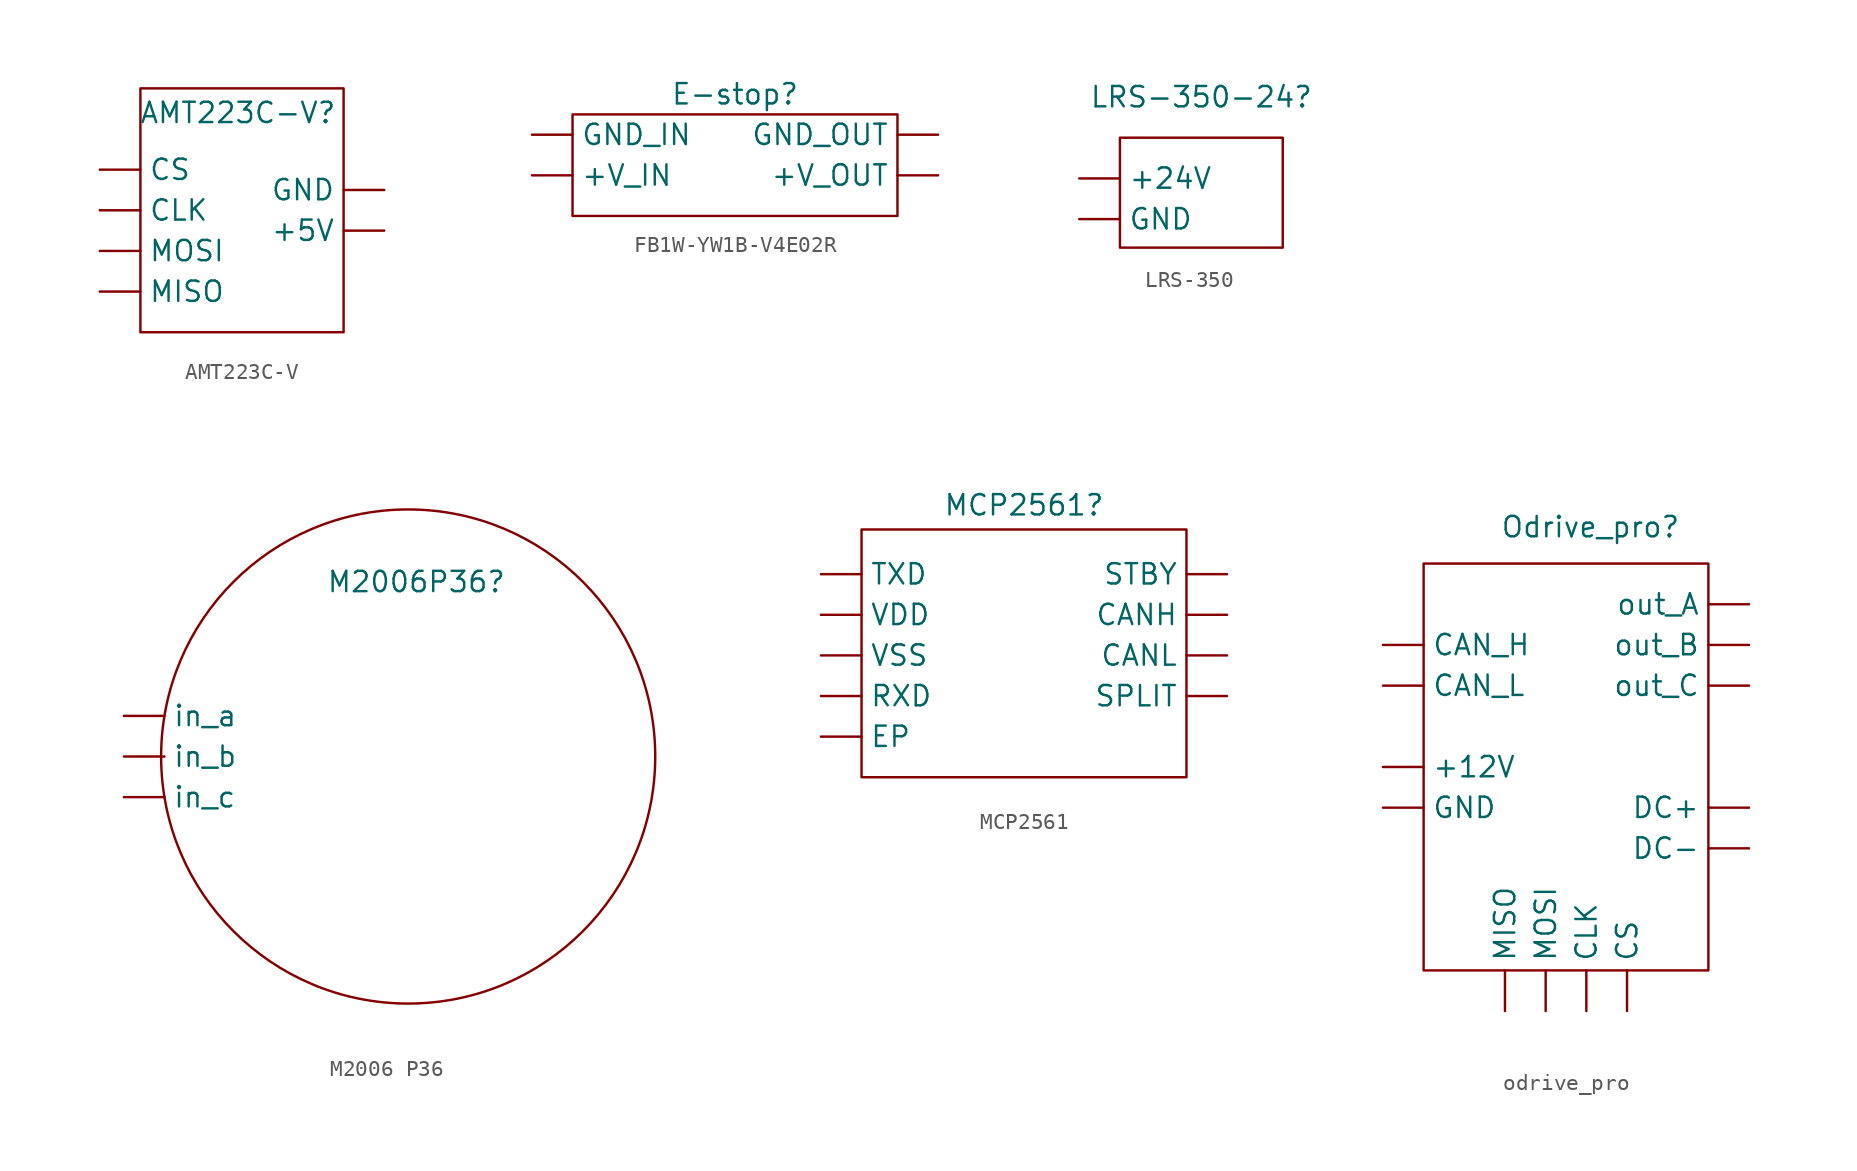
<source format=kicad_sym>
(kicad_symbol_lib
  (version 20241209)
  (generator "kicad_symbol_editor")
  (generator_version "9.0")
  (symbol "AMT223C-V"
    (property "Reference" "AMT223C-V"
      (at -0.254 7.366 0)
      (effects (font (size 1.27 1.27))))
    (property "Value" ""
      (at 0 0 0)
      (effects (font (size 1.27 1.27))))
    (symbol "AMT223C-V_0_1"
      (rectangle (start -6.35 8.89) (end 6.35 -6.35) (stroke (width 0) (type default)) (fill (type none))))
    (symbol "AMT223C-V_1_1"
      (pin output line (at -8.89 3.81 0) (length 2.54) (name "CS" (effects (font (size 1.27 1.27)))) (number "" (effects (font (size 1.27 1.27)))))
      (pin output line (at -8.89 1.27 0) (length 2.54) (name "CLK" (effects (font (size 1.27 1.27)))) (number "" (effects (font (size 1.27 1.27)))))
      (pin output line (at -8.89 -1.27 0) (length 2.54) (name "MOSI" (effects (font (size 1.27 1.27)))) (number "" (effects (font (size 1.27 1.27)))))
      (pin output line (at -8.89 -3.81 0) (length 2.54) (name "MISO" (effects (font (size 1.27 1.27)))) (number "" (effects (font (size 1.27 1.27)))))
      (pin power_in line (at 8.89 2.54 180) (length 2.54) (name "GND" (effects (font (size 1.27 1.27)))) (number "" (effects (font (size 1.27 1.27)))))
      (pin power_in line (at 8.89 0 180) (length 2.54) (name "+5V" (effects (font (size 1.27 1.27)))) (number "" (effects (font (size 1.27 1.27)))))))
  (symbol "FB1W-YW1B-V4E02R"
    (property "Reference" "E-stop"
      (at 0 5.08 0)
      (effects (font (size 1.27 1.27))))
    (property "Value" ""
      (at 0 0 0)
      (effects (font (size 1.27 1.27))))
    (symbol "FB1W-YW1B-V4E02R_0_1"
      (rectangle (start -10.16 3.81) (end 10.16 -2.54) (stroke (width 0) (type default)) (fill (type none))))
    (symbol "FB1W-YW1B-V4E02R_1_1"
      (pin power_in line (at -12.7 2.54 0) (length 2.54) (name "GND_IN" (effects (font (size 1.27 1.27)))) (number "" (effects (font (size 1.27 1.27)))))
      (pin power_in line (at -12.7 0 0) (length 2.54) (name "+V_IN" (effects (font (size 1.27 1.27)))) (number "" (effects (font (size 1.27 1.27)))))
      (pin power_out line (at 12.7 2.54 180) (length 2.54) (name "GND_OUT" (effects (font (size 1.27 1.27)))) (number "" (effects (font (size 1.27 1.27)))))
      (pin power_out line (at 12.7 0 180) (length 2.54) (name "+V_OUT" (effects (font (size 1.27 1.27)))) (number "" (effects (font (size 1.27 1.27)))))))
  (symbol "LRS-350"
    (property "Reference" "LRS-350-24"
      (at 0 5.08 0)
      (effects (font (size 1.27 1.27))))
    (property "Value" ""
      (at 0 0 0)
      (effects (font (size 1.27 1.27))))
    (symbol "LRS-350_0_1"
      (rectangle (start -5.08 2.54) (end 5.08 -4.318) (stroke (width 0) (type default)) (fill (type none))))
    (symbol "LRS-350_1_1"
      (pin power_out line (at -7.62 0 0) (length 2.54) (name "+24V" (effects (font (size 1.27 1.27)))) (number "" (effects (font (size 1.27 1.27)))))
      (pin power_out line (at -7.62 -2.54 0) (length 2.54) (name "GND" (effects (font (size 1.27 1.27)))) (number "" (effects (font (size 1.27 1.27)))))))
  (symbol "M2006 P36"
    (property "Reference" "M2006P36"
      (at 0.508 10.922 0)
      (effects (font (size 1.27 1.27))))
    (property "Value" ""
      (at 0 0 0)
      (effects (font (size 1.27 1.27))))
    (symbol "M2006 P36_0_1"
      (circle (center 0 0) (radius 15.45) (stroke (width 0) (type default)) (fill (type none))))
    (symbol "M2006 P36_1_1"
      (pin input line (at -17.78 2.54 0) (length 2.54) (name "in_a" (effects (font (size 1.27 1.27)))) (number "" (effects (font (size 1.27 1.27)))))
      (pin input line (at -17.78 0 0) (length 2.54) (name "in_b" (effects (font (size 1.27 1.27)))) (number "" (effects (font (size 1.27 1.27)))))
      (pin input line (at -17.78 -2.54 0) (length 2.54) (name "in_c" (effects (font (size 1.27 1.27)))) (number "" (effects (font (size 1.27 1.27)))))))
  (symbol "MCP2561"
    (property "Reference" "MCP2561"
      (at 0 9.398 0)
      (effects (font (size 1.27 1.27))))
    (property "Value" ""
      (at 0 0 0)
      (effects (font (size 1.27 1.27))))
    (symbol "MCP2561_0_1"
      (rectangle (start -10.16 7.874) (end 10.16 -7.62) (stroke (width 0) (type default)) (fill (type none))))
    (symbol "MCP2561_1_1"
      (pin output line (at -12.7 5.08 0) (length 2.54) (name "TXD" (effects (font (size 1.27 1.27)))) (number "" (effects (font (size 1.27 1.27)))))
      (pin power_in line (at -12.7 2.54 0) (length 2.54) (name "VDD" (effects (font (size 1.27 1.27)))) (number "" (effects (font (size 1.27 1.27)))))
      (pin power_in line (at -12.7 0 0) (length 2.54) (name "VSS" (effects (font (size 1.27 1.27)))) (number "" (effects (font (size 1.27 1.27)))))
      (pin output line (at -12.7 -2.54 0) (length 2.54) (name "RXD" (effects (font (size 1.27 1.27)))) (number "" (effects (font (size 1.27 1.27)))))
      (pin power_in line (at -12.7 -5.08 0) (length 2.54) (name "EP" (effects (font (size 1.27 1.27)))) (number "" (effects (font (size 1.27 1.27)))))
      (pin output line (at 12.7 5.08 180) (length 2.54) (name "STBY" (effects (font (size 1.27 1.27)))) (number "" (effects (font (size 1.27 1.27)))))
      (pin output line (at 12.7 2.54 180) (length 2.54) (name "CANH" (effects (font (size 1.27 1.27)))) (number "" (effects (font (size 1.27 1.27)))))
      (pin output line (at 12.7 0 180) (length 2.54) (name "CANL" (effects (font (size 1.27 1.27)))) (number "" (effects (font (size 1.27 1.27)))))
      (pin output line (at 12.7 -2.54 180) (length 2.54) (name "SPLIT" (effects (font (size 1.27 1.27)))) (number "" (effects (font (size 1.27 1.27)))))))
  (symbol "odrive_pro"
    (property "Reference" "Odrive_pro"
      (at 0.254 12.446 0)
      (effects (font (size 1.27 1.27))))
    (property "Value" ""
      (at 0 0 0)
      (effects (font (size 1.27 1.27))))
    (symbol "odrive_pro_0_1"
      (rectangle (start -10.16 10.16) (end 7.62 -15.24) (stroke (width 0) (type default)) (fill (type none))))
    (symbol "odrive_pro_1_1"
      (pin input line (at -12.7 5.08 0) (length 2.54) (name "CAN_H" (effects (font (size 1.27 1.27)))) (number "" (effects (font (size 1.27 1.27)))))
      (pin input line (at -12.7 2.54 0) (length 2.54) (name "CAN_L" (effects (font (size 1.27 1.27)))) (number "" (effects (font (size 1.27 1.27)))))
      (pin power_in line (at -12.7 -2.54 0) (length 2.54) (name "+12V" (effects (font (size 1.27 1.27)))) (number "" (effects (font (size 1.27 1.27)))))
      (pin power_in line (at -12.7 -5.08 0) (length 2.54) (name "GND" (effects (font (size 1.27 1.27)))) (number "" (effects (font (size 1.27 1.27)))))
      (pin input line (at -5.08 -17.78 90) (length 2.54) (name "MISO" (effects (font (size 1.27 1.27)))) (number "" (effects (font (size 1.27 1.27)))))
      (pin input line (at -2.54 -17.78 90) (length 2.54) (name "MOSI" (effects (font (size 1.27 1.27)))) (number "" (effects (font (size 1.27 1.27)))))
      (pin input line (at 0 -17.78 90) (length 2.54) (name "CLK" (effects (font (size 1.27 1.27)))) (number "" (effects (font (size 1.27 1.27)))))
      (pin input line (at 2.54 -17.78 90) (length 2.54) (name "CS" (effects (font (size 1.27 1.27)))) (number "" (effects (font (size 1.27 1.27)))))
      (pin output line (at 10.16 7.62 180) (length 2.54) (name "out_A" (effects (font (size 1.27 1.27)))) (number "" (effects (font (size 1.27 1.27)))))
      (pin output line (at 10.16 5.08 180) (length 2.54) (name "out_B" (effects (font (size 1.27 1.27)))) (number "" (effects (font (size 1.27 1.27)))))
      (pin output line (at 10.16 2.54 180) (length 2.54) (name "out_C" (effects (font (size 1.27 1.27)))) (number "" (effects (font (size 1.27 1.27)))))
      (pin power_in line (at 10.16 -5.08 180) (length 2.54) (name "DC+" (effects (font (size 1.27 1.27)))) (number "" (effects (font (size 1.27 1.27)))))
      (pin power_in line (at 10.16 -7.62 180) (length 2.54) (name "DC-" (effects (font (size 1.27 1.27)))) (number "" (effects (font (size 1.27 1.27))))))))
</source>
